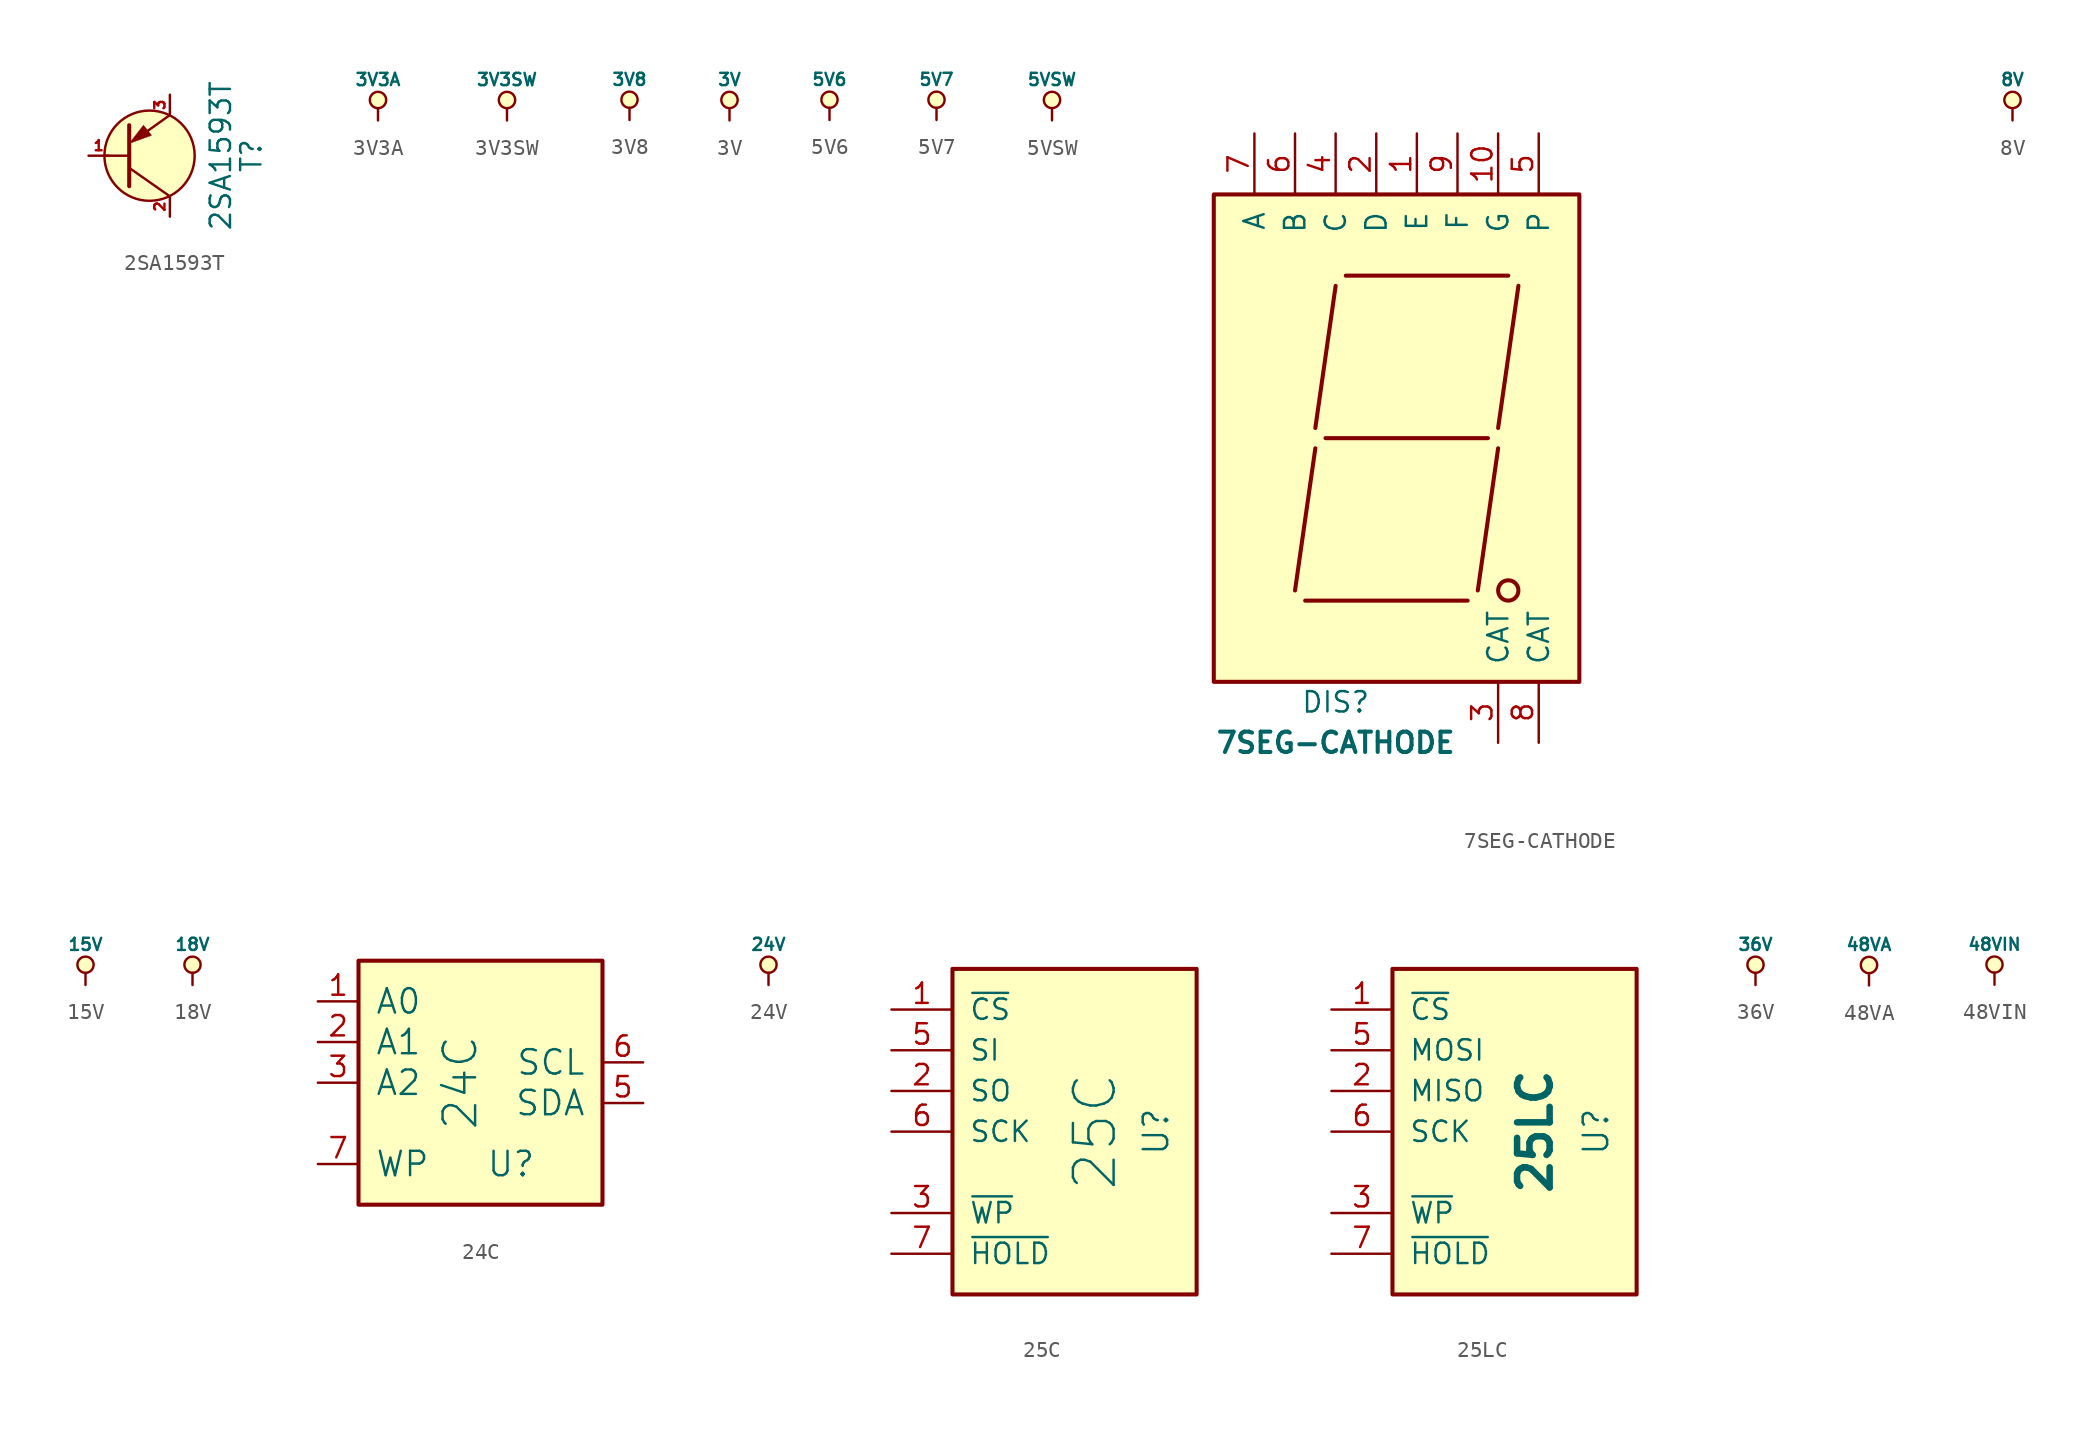
<source format=kicad_sym>
(kicad_symbol_lib
  (version 20231120)
  (generator "kicad_symbol_editor")
  (generator_version "8.0")
  (symbol "2SA1593T"
    (pin_names
      (offset 0) hide)
    (property "Reference" "T"
      (at 7.62 0 90)
      (effects (font (size 1.27 1.27))))
    (property "Value" "2SA1593T"
      (at 5.715 0 90)
      (effects (font (size 1.27 1.27))))
    (property "Datasheet" ""
      (at 0 0 0)
      (effects (font (size 1.524 1.524))))
    (symbol "2SA1593T_0_1"
      (polyline (pts (xy 0 -0.762) (xy 2.54 -2.54) (xy 2.54 -2.54)) (stroke (width 0) (type default)) (fill (type none)))
      (polyline (pts (xy 0 0) (xy -1.524 0) (xy -1.524 0)) (stroke (width 0) (type default)) (fill (type none)))
      (polyline (pts (xy 0 1.905) (xy 0 -1.905) (xy 0 -1.905)) (stroke (width 0.254) (type default)) (fill (type outline)))
      (polyline (pts (xy 2.54 2.54) (xy 0.762 1.27) (xy 0.762 1.27)) (stroke (width 0) (type default)) (fill (type none)))
      (polyline (pts (xy 0 0.762) (xy 1.397 1.27) (xy 0.889 1.905) (xy 0 0.762) (xy 0 0.762)) (stroke (width 0.025) (type default)) (fill (type outline)))
      (circle (center 1.27 0) (radius 2.819) (stroke (width 0) (type default)) (fill (type background))))
    (symbol "2SA1593T_1_1"
      (pin passive line (at -2.54 0 0) (length 1.27) (name "~" (effects (font (size 0.635 0.635)))) (number "1" (effects (font (size 0.635 0.635)))))
      (pin passive line (at 2.54 -3.81 90) (length 1.27) (name "~" (effects (font (size 0.635 0.635)))) (number "2" (effects (font (size 0.635 0.635)))))
      (pin passive line (at 2.54 3.81 270) (length 1.27) (name "~" (effects (font (size 0.635 0.635)))) (number "3" (effects (font (size 0.635 0.635)))))))
  (symbol "3V3A"
    (power)
    (pin_names
      (offset 0))
    (property "Reference" "#PWR"
      (at 0 2.54 0)
      (effects (font (size 0.762 0.762)) (hide yes)))
    (property "Value" "3V3A"
      (at 0 2.54 0)
      (effects (font (size 0.762 0.762))))
    (property "Footprint" ""
      (at 0 0 0)
      (effects (font (size 1.524 1.524))))
    (property "Datasheet" ""
      (at 0 0 0)
      (effects (font (size 1.524 1.524))))
    (symbol "3V3A_0_0"
      (pin power_in line (at 0 0 90) (length 0) hide (name "3V3A" (effects (font (size 0.508 0.508)))) (number "1" (effects (font (size 0.508 0.508))))))
    (symbol "3V3A_0_1"
      (polyline (pts (xy 0 0) (xy 0 0.762) (xy 0 0.762)) (stroke (width 0) (type default)) (fill (type none)))
      (circle (center 0 1.27) (radius 0.508) (stroke (width 0) (type default)) (fill (type background)))))
  (symbol "3V3SW"
    (power)
    (pin_names
      (offset 0))
    (property "Reference" "#PWR"
      (at 0 2.54 0)
      (effects (font (size 0.762 0.762)) (hide yes)))
    (property "Value" "3V3SW"
      (at 0 2.54 0)
      (effects (font (size 0.762 0.762))))
    (property "Footprint" ""
      (at 0 0 0)
      (effects (font (size 1.524 1.524))))
    (property "Datasheet" ""
      (at 0 0 0)
      (effects (font (size 1.524 1.524))))
    (symbol "3V3SW_0_0"
      (pin power_in line (at 0 0 90) (length 0) hide (name "3V3SW" (effects (font (size 0.508 0.508)))) (number "1" (effects (font (size 0.508 0.508))))))
    (symbol "3V3SW_0_1"
      (polyline (pts (xy 0 0) (xy 0 0.762) (xy 0 0.762)) (stroke (width 0) (type default)) (fill (type none)))
      (circle (center 0 1.27) (radius 0.508) (stroke (width 0) (type default)) (fill (type background)))))
  (symbol "3V8"
    (power)
    (pin_names
      (offset 0))
    (property "Reference" "#PWR"
      (at 0 2.54 0)
      (effects (font (size 0.762 0.762)) (hide yes)))
    (property "Value" "3V8"
      (at 0 2.54 0)
      (effects (font (size 0.762 0.762))))
    (property "Footprint" ""
      (at 0 0 0)
      (effects (font (size 1.524 1.524))))
    (property "Datasheet" ""
      (at 0 0 0)
      (effects (font (size 1.524 1.524))))
    (symbol "3V8_0_0"
      (pin power_in line (at 0 0 90) (length 0) hide (name "3V8" (effects (font (size 0.508 0.508)))) (number "1" (effects (font (size 0.508 0.508))))))
    (symbol "3V8_0_1"
      (polyline (pts (xy 0 0) (xy 0 0.762) (xy 0 0.762)) (stroke (width 0) (type default)) (fill (type none)))
      (circle (center 0 1.27) (radius 0.508) (stroke (width 0) (type default)) (fill (type background)))))
  (symbol "3V"
    (power)
    (pin_names
      (offset 0))
    (property "Reference" "#PWR?"
      (at 0 1.905 0)
      (effects (font (size 0.762 0.762)) (hide yes)))
    (property "Value" "3V"
      (at 0 2.54 0)
      (effects (font (size 0.762 0.762))))
    (property "Footprint" ""
      (at 0 0 0)
      (effects (font (size 1.524 1.524))))
    (property "Datasheet" ""
      (at 0 0 0)
      (effects (font (size 1.524 1.524))))
    (symbol "3V_0_0"
      (pin power_in line (at 0 0 90) (length 0) hide (name "3V3" (effects (font (size 0.508 0.508)))) (number "1" (effects (font (size 0.508 0.508))))))
    (symbol "3V_0_1"
      (polyline (pts (xy 0 0) (xy 0 0.762) (xy 0 0.762)) (stroke (width 0) (type default)) (fill (type none)))
      (circle (center 0 1.27) (radius 0.508) (stroke (width 0) (type default)) (fill (type background)))))
  (symbol "5V6"
    (power)
    (pin_names
      (offset 0))
    (property "Reference" "#PWR"
      (at 0 3.302 0)
      (effects (font (size 0.762 0.762)) (hide yes)))
    (property "Value" "5V6"
      (at 0 2.54 0)
      (effects (font (size 0.762 0.762))))
    (property "Footprint" ""
      (at 0 0 0)
      (effects (font (size 1.524 1.524))))
    (property "Datasheet" ""
      (at 0 0 0)
      (effects (font (size 1.524 1.524))))
    (symbol "5V6_0_0"
      (pin power_in line (at 0 0 90) (length 0) hide (name "5V6" (effects (font (size 0.508 0.508)))) (number "1" (effects (font (size 0.508 0.508))))))
    (symbol "5V6_0_1"
      (polyline (pts (xy 0 0) (xy 0 0.762) (xy 0 0.762)) (stroke (width 0) (type default)) (fill (type none)))
      (circle (center 0 1.27) (radius 0.508) (stroke (width 0) (type default)) (fill (type background)))))
  (symbol "5V7"
    (power)
    (pin_names
      (offset 0))
    (property "Reference" "#PWR"
      (at 0 3.302 0)
      (effects (font (size 0.762 0.762)) (hide yes)))
    (property "Value" "5V7"
      (at 0 2.54 0)
      (effects (font (size 0.762 0.762))))
    (property "Footprint" ""
      (at 0 0 0)
      (effects (font (size 1.524 1.524))))
    (property "Datasheet" ""
      (at 0 0 0)
      (effects (font (size 1.524 1.524))))
    (symbol "5V7_0_0"
      (pin power_in line (at 0 0 90) (length 0) hide (name "5V7" (effects (font (size 0.508 0.508)))) (number "1" (effects (font (size 0.508 0.508))))))
    (symbol "5V7_0_1"
      (polyline (pts (xy 0 0) (xy 0 0.762) (xy 0 0.762)) (stroke (width 0) (type default)) (fill (type none)))
      (circle (center 0 1.27) (radius 0.508) (stroke (width 0) (type default)) (fill (type background)))))
  (symbol "5VSW"
    (power)
    (pin_names
      (offset 0))
    (property "Reference" "#PWR"
      (at 0 2.54 0)
      (effects (font (size 0.762 0.762)) (hide yes)))
    (property "Value" "5VSW"
      (at 0 2.54 0)
      (effects (font (size 0.762 0.762))))
    (property "Footprint" ""
      (at 0 0 0)
      (effects (font (size 1.524 1.524))))
    (property "Datasheet" ""
      (at 0 0 0)
      (effects (font (size 1.524 1.524))))
    (symbol "5VSW_0_0"
      (pin power_in line (at 0 0 90) (length 0) hide (name "5VSW" (effects (font (size 0.508 0.508)))) (number "1" (effects (font (size 0.508 0.508))))))
    (symbol "5VSW_0_1"
      (polyline (pts (xy 0 0) (xy 0 0.762) (xy 0 0.762)) (stroke (width 0) (type default)) (fill (type none)))
      (circle (center 0 1.27) (radius 0.508) (stroke (width 0) (type default)) (fill (type background)))))
  (symbol "7SEG-CATHODE"
    (pin_names
      (offset 1.016))
    (property "Reference" "DIS"
      (at -3.81 -16.51 0)
      (effects (font (size 1.27 1.27))))
    (property "Value" "7SEG-CATHODE"
      (at -3.81 -19.05 0)
      (effects (font (size 1.27 1.27) (bold yes))))
    (property "Datasheet" ""
      (at 29.21 -10.16 0)
      (effects (font (size 1.524 1.524))))
    (symbol "7SEG-CATHODE_1_0"
      (rectangle (start -11.43 15.24) (end 11.43 -15.24) (stroke (width 0.254) (type default)) (fill (type background)))
      (polyline (pts (xy -6.35 -9.525) (xy -5.08 -0.635)) (stroke (width 0.254) (type default)) (fill (type none)))
      (polyline (pts (xy -5.715 -10.16) (xy 4.445 -10.16)) (stroke (width 0.254) (type default)) (fill (type none)))
      (polyline (pts (xy -5.08 0.635) (xy -3.81 9.525)) (stroke (width 0.254) (type default)) (fill (type none)))
      (polyline (pts (xy -4.445 0) (xy 5.715 0)) (stroke (width 0.254) (type default)) (fill (type none)))
      (polyline (pts (xy -3.175 10.16) (xy 6.985 10.16)) (stroke (width 0.254) (type default)) (fill (type none)))
      (polyline (pts (xy 5.08 -9.525) (xy 6.35 -0.635)) (stroke (width 0.254) (type default)) (fill (type none)))
      (polyline (pts (xy 6.35 0.635) (xy 7.62 9.525)) (stroke (width 0.254) (type default)) (fill (type none)))
      (circle (center 6.985 -9.525) (radius 0.635) (stroke (width 0.254) (type default)) (fill (type none))))
    (symbol "7SEG-CATHODE_1_1"
      (pin passive line (at 1.27 19.05 270) (length 3.81) (name "E" (effects (font (size 1.27 1.27)))) (number "1" (effects (font (size 1.27 1.27)))))
      (pin passive line (at 6.35 19.05 270) (length 3.81) (name "G" (effects (font (size 1.27 1.27)))) (number "10" (effects (font (size 1.27 1.27)))))
      (pin passive line (at -1.27 19.05 270) (length 3.81) (name "D" (effects (font (size 1.27 1.27)))) (number "2" (effects (font (size 1.27 1.27)))))
      (pin passive line (at 6.35 -19.05 90) (length 3.81) (name "CAT" (effects (font (size 1.27 1.27)))) (number "3" (effects (font (size 1.27 1.27)))))
      (pin passive line (at -3.81 19.05 270) (length 3.81) (name "C" (effects (font (size 1.27 1.27)))) (number "4" (effects (font (size 1.27 1.27)))))
      (pin passive line (at 8.89 19.05 270) (length 3.81) (name "P" (effects (font (size 1.27 1.27)))) (number "5" (effects (font (size 1.27 1.27)))))
      (pin passive line (at -6.35 19.05 270) (length 3.81) (name "B" (effects (font (size 1.27 1.27)))) (number "6" (effects (font (size 1.27 1.27)))))
      (pin passive line (at -8.89 19.05 270) (length 3.81) (name "A" (effects (font (size 1.27 1.27)))) (number "7" (effects (font (size 1.27 1.27)))))
      (pin passive line (at 8.89 -19.05 90) (length 3.81) (name "CAT" (effects (font (size 1.27 1.27)))) (number "8" (effects (font (size 1.27 1.27)))))
      (pin passive line (at 3.81 19.05 270) (length 3.81) (name "F" (effects (font (size 1.27 1.27)))) (number "9" (effects (font (size 1.27 1.27)))))))
  (symbol "8V"
    (power)
    (pin_names
      (offset 0))
    (property "Reference" "#PWR"
      (at 0 3.302 0)
      (effects (font (size 0.762 0.762)) (hide yes)))
    (property "Value" "8V"
      (at 0 2.54 0)
      (effects (font (size 0.762 0.762))))
    (property "Footprint" ""
      (at 0 0 0)
      (effects (font (size 1.524 1.524))))
    (property "Datasheet" ""
      (at 0 0 0)
      (effects (font (size 1.524 1.524))))
    (symbol "8V_0_0"
      (pin power_in line (at 0 0 90) (length 0) hide (name "8V" (effects (font (size 0.508 0.508)))) (number "1" (effects (font (size 0.508 0.508))))))
    (symbol "8V_0_1"
      (polyline (pts (xy 0 0) (xy 0 0.762) (xy 0 0.762)) (stroke (width 0) (type default)) (fill (type none)))
      (circle (center 0 1.27) (radius 0.508) (stroke (width 0) (type default)) (fill (type background)))))
  (symbol "15V"
    (power)
    (pin_names
      (offset 0))
    (property "Reference" "#PWR"
      (at 0 2.54 0)
      (effects (font (size 0.762 0.762)) (hide yes)))
    (property "Value" "15V"
      (at 0 2.54 0)
      (effects (font (size 0.762 0.762))))
    (property "Footprint" ""
      (at 0 0 0)
      (effects (font (size 1.524 1.524))))
    (property "Datasheet" ""
      (at 0 0 0)
      (effects (font (size 1.524 1.524))))
    (symbol "15V_0_0"
      (pin power_in line (at 0 0 90) (length 0) hide (name "15V" (effects (font (size 0.508 0.508)))) (number "1" (effects (font (size 0.508 0.508))))))
    (symbol "15V_0_1"
      (polyline (pts (xy 0 0) (xy 0 0.762) (xy 0 0.762)) (stroke (width 0) (type default)) (fill (type none)))
      (circle (center 0 1.27) (radius 0.508) (stroke (width 0) (type default)) (fill (type background)))))
  (symbol "18V"
    (power)
    (pin_names
      (offset 0))
    (property "Reference" "#PWR"
      (at 0 2.54 0)
      (effects (font (size 0.762 0.762)) (hide yes)))
    (property "Value" "18V"
      (at 0 2.54 0)
      (effects (font (size 0.762 0.762))))
    (property "Footprint" ""
      (at 0 0 0)
      (effects (font (size 1.524 1.524))))
    (property "Datasheet" ""
      (at 0 0 0)
      (effects (font (size 1.524 1.524))))
    (symbol "18V_0_0"
      (pin power_in line (at 0 0 90) (length 0) hide (name "18V" (effects (font (size 0.508 0.508)))) (number "1" (effects (font (size 0.508 0.508))))))
    (symbol "18V_0_1"
      (polyline (pts (xy 0 0) (xy 0 0.762) (xy 0 0.762)) (stroke (width 0) (type default)) (fill (type none)))
      (circle (center 0 1.27) (radius 0.508) (stroke (width 0) (type default)) (fill (type background)))))
  (symbol "24C"
    (pin_names
      (offset 1.016))
    (property "Reference" "U"
      (at 1.905 -5.08 0)
      (effects (font (size 1.524 1.524))))
    (property "Value" "24C"
      (at -1.27 0 90)
      (effects (font (size 2.032 2.032))))
    (property "Footprint" ""
      (at 0 0 0)
      (effects (font (size 1.524 1.524))))
    (property "Datasheet" ""
      (at 0 0 0)
      (effects (font (size 1.524 1.524))))
    (symbol "24C_0_0"
      (pin power_in line (at 0 -7.62 90) (length 0) hide (name "GND" (effects (font (size 1.016 1.016)))) (number "4" (effects (font (size 1.016 1.016)))))
      (pin power_in line (at 0 7.62 270) (length 0) hide (name "VCC" (effects (font (size 1.016 1.016)))) (number "8" (effects (font (size 1.016 1.016))))))
    (symbol "24C_0_1"
      (rectangle (start -7.62 7.62) (end 7.62 -7.62) (stroke (width 0.254) (type default)) (fill (type background))))
    (symbol "24C_1_1"
      (pin input line (at -10.16 5.08 0) (length 2.54) (name "A0" (effects (font (size 1.524 1.524)))) (number "1" (effects (font (size 1.27 1.27)))))
      (pin input line (at -10.16 2.54 0) (length 2.54) (name "A1" (effects (font (size 1.524 1.524)))) (number "2" (effects (font (size 1.27 1.27)))))
      (pin input line (at -10.16 0 0) (length 2.54) (name "A2" (effects (font (size 1.524 1.524)))) (number "3" (effects (font (size 1.27 1.27)))))
      (pin bidirectional line (at 10.16 -1.27 180) (length 2.54) (name "SDA" (effects (font (size 1.524 1.524)))) (number "5" (effects (font (size 1.27 1.27)))))
      (pin input line (at 10.16 1.27 180) (length 2.54) (name "SCL" (effects (font (size 1.524 1.524)))) (number "6" (effects (font (size 1.27 1.27)))))
      (pin input line (at -10.16 -5.08 0) (length 2.54) (name "WP" (effects (font (size 1.524 1.524)))) (number "7" (effects (font (size 1.27 1.27)))))))
  (symbol "24V"
    (power)
    (pin_names
      (offset 0))
    (property "Reference" "#PWR"
      (at 0 2.54 0)
      (effects (font (size 0.762 0.762)) (hide yes)))
    (property "Value" "24V"
      (at 0 2.54 0)
      (effects (font (size 0.762 0.762))))
    (property "Footprint" ""
      (at 0 0 0)
      (effects (font (size 1.524 1.524))))
    (property "Datasheet" ""
      (at 0 0 0)
      (effects (font (size 1.524 1.524))))
    (symbol "24V_0_0"
      (pin power_in line (at 0 0 90) (length 0) hide (name "24V" (effects (font (size 0.508 0.508)))) (number "1" (effects (font (size 0.508 0.508))))))
    (symbol "24V_0_1"
      (polyline (pts (xy 0 0) (xy 0 0.762) (xy 0 0.762)) (stroke (width 0) (type default)) (fill (type none)))
      (circle (center 0 1.27) (radius 0.508) (stroke (width 0) (type default)) (fill (type background)))))
  (symbol "25C"
    (pin_names
      (offset 1.016))
    (property "Reference" "U"
      (at 5.08 0 90)
      (effects (font (size 1.524 1.524))))
    (property "Value" "25C"
      (at 1.27 0 90)
      (effects (font (size 2.54 2.54))))
    (property "Footprint" ""
      (at 0 0 0)
      (effects (font (size 1.524 1.524))))
    (property "Datasheet" ""
      (at 0 0 0)
      (effects (font (size 1.524 1.524))))
    (symbol "25C_0_1"
      (rectangle (start 7.62 10.16) (end -7.62 -10.16) (stroke (width 0.254) (type default)) (fill (type background))))
    (symbol "25C_1_1"
      (pin input line (at -11.43 7.62 0) (length 3.81) (name "~{CS}" (effects (font (size 1.27 1.27)))) (number "1" (effects (font (size 1.27 1.27)))))
      (pin input line (at -11.43 2.54 0) (length 3.81) (name "SO" (effects (font (size 1.27 1.27)))) (number "2" (effects (font (size 1.27 1.27)))))
      (pin input line (at -11.43 -5.08 0) (length 3.81) (name "~{WP}" (effects (font (size 1.27 1.27)))) (number "3" (effects (font (size 1.27 1.27)))))
      (pin power_in line (at 0 -10.16 90) (length 0) hide (name "GND" (effects (font (size 1.27 1.27)))) (number "4" (effects (font (size 1.27 1.27)))))
      (pin input line (at -11.43 5.08 0) (length 3.81) (name "SI" (effects (font (size 1.27 1.27)))) (number "5" (effects (font (size 1.27 1.27)))))
      (pin input line (at -11.43 0 0) (length 3.81) (name "SCK" (effects (font (size 1.27 1.27)))) (number "6" (effects (font (size 1.27 1.27)))))
      (pin input line (at -11.43 -7.62 0) (length 3.81) (name "~{HOLD}" (effects (font (size 1.27 1.27)))) (number "7" (effects (font (size 1.27 1.27)))))
      (pin power_in line (at 0 10.16 270) (length 0) hide (name "Vcc" (effects (font (size 1.27 1.27)))) (number "8" (effects (font (size 1.27 1.27)))))))
  (symbol "25LC"
    (pin_names
      (offset 1.016))
    (property "Reference" "U"
      (at 5.08 0 90)
      (effects (font (size 1.524 1.524))))
    (property "Value" "25LC"
      (at 1.27 0 90)
      (effects (font (size 2.032 2.032) (bold yes))))
    (property "Footprint" ""
      (at 0 0 0)
      (effects (font (size 1.524 1.524))))
    (property "Datasheet" ""
      (at 0 0 0)
      (effects (font (size 1.524 1.524))))
    (symbol "25LC_0_1"
      (rectangle (start 7.62 10.16) (end -7.62 -10.16) (stroke (width 0.254) (type default)) (fill (type background))))
    (symbol "25LC_1_1"
      (pin input line (at -11.43 7.62 0) (length 3.81) (name "~{CS}" (effects (font (size 1.27 1.27)))) (number "1" (effects (font (size 1.27 1.27)))))
      (pin input line (at -11.43 2.54 0) (length 3.81) (name "MISO" (effects (font (size 1.27 1.27)))) (number "2" (effects (font (size 1.27 1.27)))))
      (pin input line (at -11.43 -5.08 0) (length 3.81) (name "~{WP}" (effects (font (size 1.27 1.27)))) (number "3" (effects (font (size 1.27 1.27)))))
      (pin power_in line (at 0 -10.16 90) (length 0) hide (name "GND" (effects (font (size 1.27 1.27)))) (number "4" (effects (font (size 1.27 1.27)))))
      (pin input line (at -11.43 5.08 0) (length 3.81) (name "MOSI" (effects (font (size 1.27 1.27)))) (number "5" (effects (font (size 1.27 1.27)))))
      (pin input line (at -11.43 0 0) (length 3.81) (name "SCK" (effects (font (size 1.27 1.27)))) (number "6" (effects (font (size 1.27 1.27)))))
      (pin input line (at -11.43 -7.62 0) (length 3.81) (name "~{HOLD}" (effects (font (size 1.27 1.27)))) (number "7" (effects (font (size 1.27 1.27)))))
      (pin power_in line (at 0 10.16 270) (length 0) hide (name "Vcc" (effects (font (size 1.27 1.27)))) (number "8" (effects (font (size 1.27 1.27)))))))
  (symbol "36V"
    (power)
    (pin_names
      (offset 0))
    (property "Reference" "#PWR"
      (at 0 2.54 0)
      (effects (font (size 0.762 0.762)) (hide yes)))
    (property "Value" "36V"
      (at 0 2.54 0)
      (effects (font (size 0.762 0.762))))
    (property "Footprint" ""
      (at 0 0 0)
      (effects (font (size 1.524 1.524))))
    (property "Datasheet" ""
      (at 0 0 0)
      (effects (font (size 1.524 1.524))))
    (symbol "36V_0_0"
      (pin power_in line (at 0 0 90) (length 0) hide (name "36V" (effects (font (size 0.508 0.508)))) (number "1" (effects (font (size 0.508 0.508))))))
    (symbol "36V_0_1"
      (polyline (pts (xy 0 0) (xy 0 0.762) (xy 0 0.762)) (stroke (width 0) (type default)) (fill (type none)))
      (circle (center 0 1.27) (radius 0.508) (stroke (width 0) (type default)) (fill (type background)))))
  (symbol "48VA"
    (power)
    (pin_names
      (offset 0))
    (property "Reference" "#PWR"
      (at 0 3.302 0)
      (effects (font (size 0.762 0.762)) (hide yes)))
    (property "Value" "48VA"
      (at 0 2.54 0)
      (effects (font (size 0.762 0.762))))
    (property "Footprint" ""
      (at 0 0 0)
      (effects (font (size 1.524 1.524))))
    (property "Datasheet" ""
      (at 0 0 0)
      (effects (font (size 1.524 1.524))))
    (symbol "48VA_0_0"
      (pin power_in line (at 0 0 90) (length 0) hide (name "48VA" (effects (font (size 0.508 0.508)))) (number "1" (effects (font (size 0.508 0.508))))))
    (symbol "48VA_0_1"
      (polyline (pts (xy 0 0) (xy 0 0.762) (xy 0 0.762)) (stroke (width 0) (type default)) (fill (type none)))
      (circle (center 0 1.27) (radius 0.508) (stroke (width 0) (type default)) (fill (type background)))))
  (symbol "48VIN"
    (power)
    (pin_names
      (offset 0))
    (property "Reference" "#PWR"
      (at 0 3.302 0)
      (effects (font (size 0.762 0.762)) (hide yes)))
    (property "Value" "48VIN"
      (at 0 2.54 0)
      (effects (font (size 0.762 0.762))))
    (property "Footprint" ""
      (at 0 0 0)
      (effects (font (size 1.524 1.524))))
    (property "Datasheet" ""
      (at 0 0 0)
      (effects (font (size 1.524 1.524))))
    (symbol "48VIN_0_0"
      (pin power_in line (at 0 0 90) (length 0) hide (name "48VIN" (effects (font (size 0.508 0.508)))) (number "1" (effects (font (size 0.508 0.508))))))
    (symbol "48VIN_0_1"
      (polyline (pts (xy 0 0) (xy 0 0.762) (xy 0 0.762)) (stroke (width 0) (type default)) (fill (type none)))
      (circle (center 0 1.27) (radius 0.508) (stroke (width 0) (type default)) (fill (type background))))))
</source>
